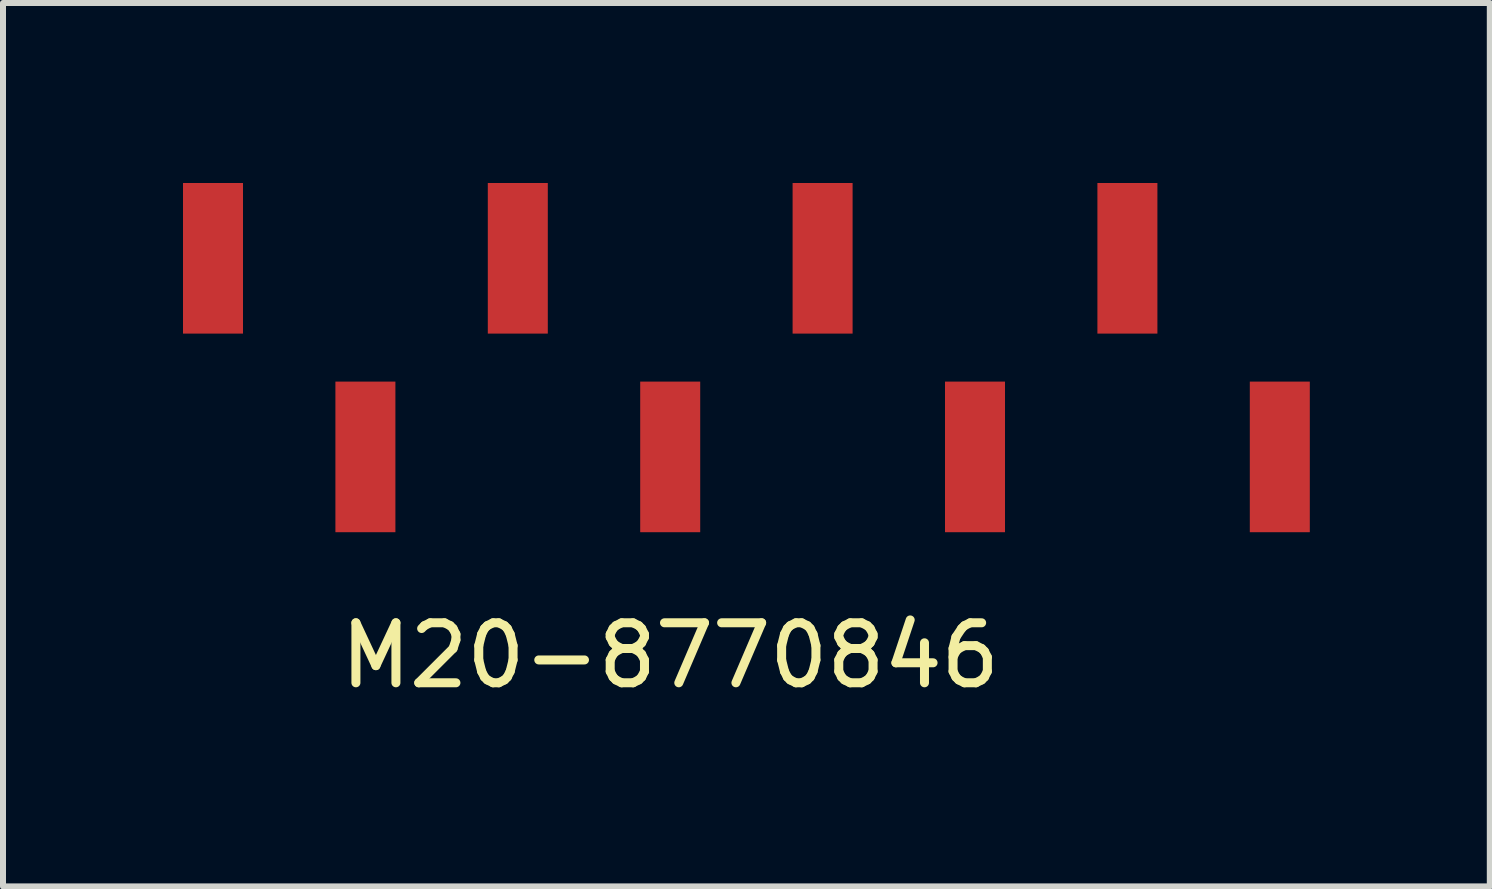
<source format=kicad_pcb>
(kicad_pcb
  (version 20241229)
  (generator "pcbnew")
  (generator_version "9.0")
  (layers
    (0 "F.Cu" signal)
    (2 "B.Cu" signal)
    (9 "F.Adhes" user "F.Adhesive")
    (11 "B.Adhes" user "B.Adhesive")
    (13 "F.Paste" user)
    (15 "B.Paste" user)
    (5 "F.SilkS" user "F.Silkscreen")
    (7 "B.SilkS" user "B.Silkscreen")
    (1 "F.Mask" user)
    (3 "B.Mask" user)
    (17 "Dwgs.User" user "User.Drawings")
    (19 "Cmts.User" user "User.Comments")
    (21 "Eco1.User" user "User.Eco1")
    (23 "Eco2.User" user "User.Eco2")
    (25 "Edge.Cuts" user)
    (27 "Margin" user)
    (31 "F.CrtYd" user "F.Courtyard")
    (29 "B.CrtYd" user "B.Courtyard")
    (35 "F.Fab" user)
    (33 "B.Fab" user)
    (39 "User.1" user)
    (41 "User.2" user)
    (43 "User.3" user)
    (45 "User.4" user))
  (footprint "M20-8770846"
    (layer "F.Cu")
    (at 0.5 1.255)
    (property "Reference" "M20-8770846" (at 7.62 6.62 0) (layer "F.SilkS") (effects (font (size 1 1) (thickness 0.15))))
    (attr through_hole)
    (pad "1" smd rect (at 0 0) (size 1 2.51) (layers "F.Cu" "F.Mask" "F.Paste"))
    (pad "2" smd rect (at 2.54 3.31) (size 1 2.51) (layers "F.Cu" "F.Mask" "F.Paste"))
    (pad "3" smd rect (at 5.08 0) (size 1 2.51) (layers "F.Cu" "F.Mask" "F.Paste"))
    (pad "4" smd rect (at 7.62 3.31) (size 1 2.51) (layers "F.Cu" "F.Mask" "F.Paste"))
    (pad "5" smd rect (at 10.16 0) (size 1 2.51) (layers "F.Cu" "F.Mask" "F.Paste"))
    (pad "6" smd rect (at 12.7 3.31) (size 1 2.51) (layers "F.Cu" "F.Mask" "F.Paste"))
    (pad "7" smd rect (at 15.24 0) (size 1 2.51) (layers "F.Cu" "F.Mask" "F.Paste"))
    (pad "8" smd rect (at 17.78 3.31) (size 1 2.51) (layers "F.Cu" "F.Mask" "F.Paste")))
  (gr_rect
    (start -3 -3)
    (end 21.78 11.723)
    (stroke (width 0.1) (type default))
    (fill no)
    (layer "Edge.Cuts")))
</source>
